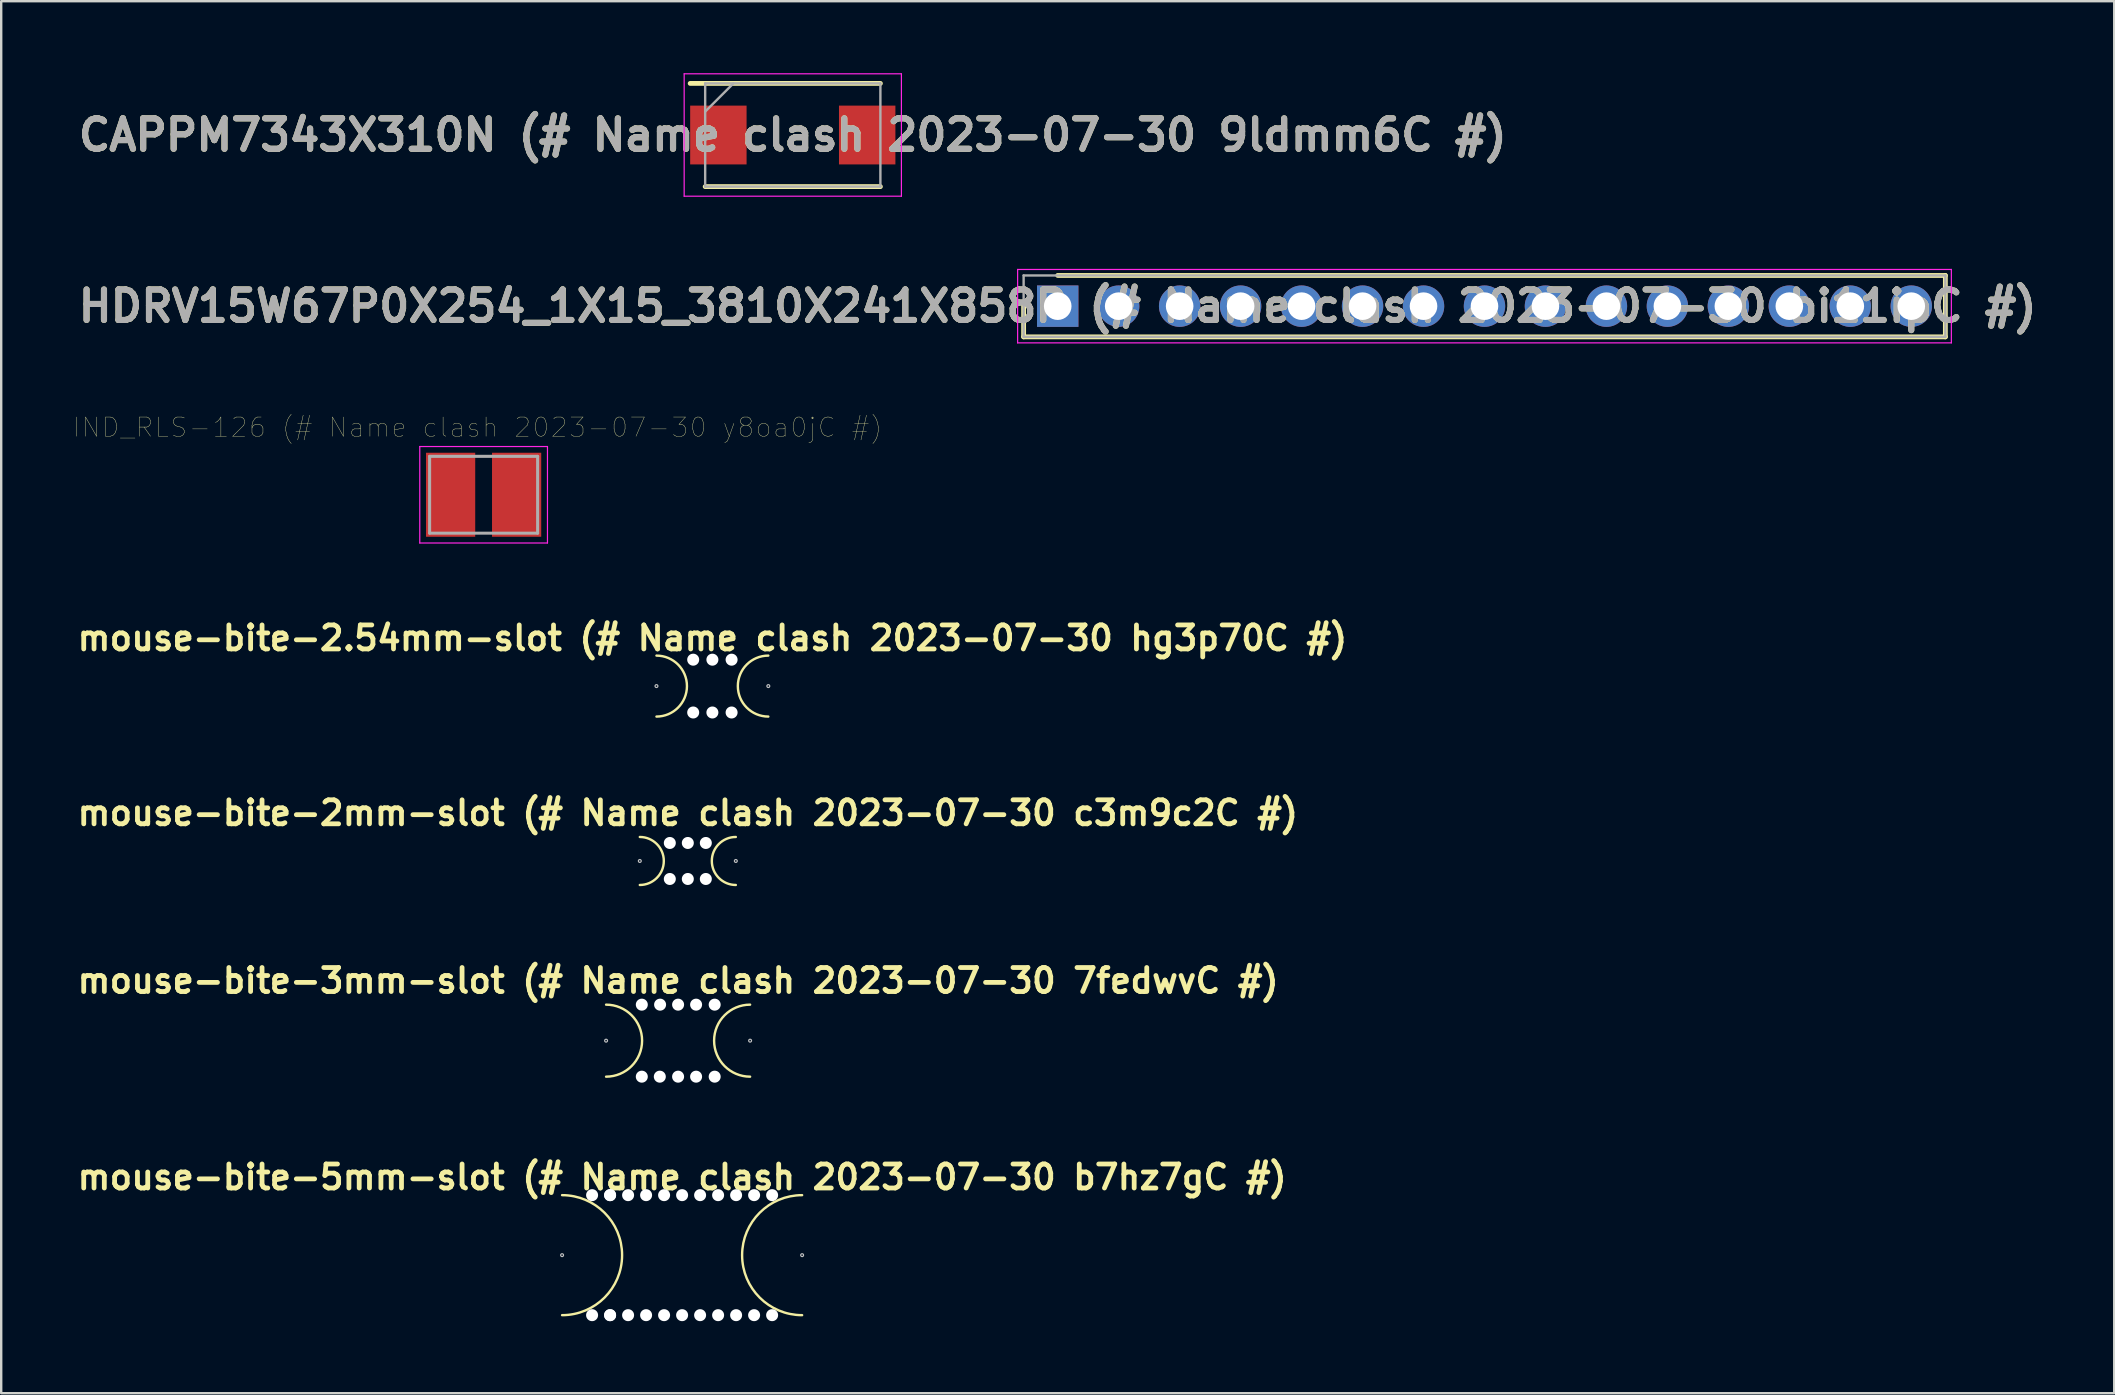
<source format=kicad_pcb>
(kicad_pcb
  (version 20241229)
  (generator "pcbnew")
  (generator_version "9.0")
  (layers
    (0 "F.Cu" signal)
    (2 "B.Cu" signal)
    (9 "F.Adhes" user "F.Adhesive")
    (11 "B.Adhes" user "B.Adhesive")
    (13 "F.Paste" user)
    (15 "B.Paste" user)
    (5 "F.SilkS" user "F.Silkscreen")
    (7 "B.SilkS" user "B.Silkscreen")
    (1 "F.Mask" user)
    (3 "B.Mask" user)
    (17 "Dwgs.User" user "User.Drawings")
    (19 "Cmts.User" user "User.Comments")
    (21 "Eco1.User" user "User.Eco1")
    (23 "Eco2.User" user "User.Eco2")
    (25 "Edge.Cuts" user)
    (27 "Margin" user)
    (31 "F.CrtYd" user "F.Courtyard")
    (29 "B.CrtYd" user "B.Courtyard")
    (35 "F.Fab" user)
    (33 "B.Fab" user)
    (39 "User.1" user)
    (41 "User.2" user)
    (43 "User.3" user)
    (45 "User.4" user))
  (footprint "IND_RLS-126 (# Name clash 2023-07-30 y8oa0jC #)"
    (layer "F.Cu")
    (at 17.098 17.562)
    (property "Reference" "IND_RLS-126 (# Name clash 2023-07-30 y8oa0jC #)" (at -0.26 -2.808 0) (layer "F.SilkS") (effects (font (size 0.8 0.8) (thickness 0.015))))
    (attr through_hole)
    (fp_line (start -2.66 -2.01) (end 2.66 -2.01) (stroke (width 0.05) (type solid)) (layer "F.CrtYd"))
    (fp_line (start -2.66 2.01) (end -2.66 -2.01) (stroke (width 0.05) (type solid)) (layer "F.CrtYd"))
    (fp_line (start 2.66 -2.01) (end 2.66 2.01) (stroke (width 0.05) (type solid)) (layer "F.CrtYd"))
    (fp_line (start 2.66 2.01) (end -2.66 2.01) (stroke (width 0.05) (type solid)) (layer "F.CrtYd"))
    (fp_line (start -2.25 -1.6) (end 2.25 -1.6) (stroke (width 0.127) (type solid)) (layer "F.Fab"))
    (fp_line (start -2.25 1.6) (end -2.25 -1.6) (stroke (width 0.127) (type solid)) (layer "F.Fab"))
    (fp_line (start 2.25 -1.6) (end 2.25 1.6) (stroke (width 0.127) (type solid)) (layer "F.Fab"))
    (fp_line (start 2.25 1.6) (end -2.25 1.6) (stroke (width 0.127) (type solid)) (layer "F.Fab"))
    (pad "1" smd rect (at -1.375 0) (size 2.05 3.5) (layers "F.Cu" "F.Mask" "F.Paste"))
    (pad "2" smd rect (at 1.375 0) (size 2.05 3.5) (layers "F.Cu" "F.Mask" "F.Paste")))
  (footprint "CAPPM7343X310N (# Name clash 2023-07-30 9ldmm6C #)"
    (layer "F.Cu")
    (at 29.978 2.575)
    (property "Reference" "CAPPM7343X310N (# Name clash 2023-07-30 9ldmm6C #)" (at 0 0 0) (layer "F.SilkS") (effects (font (size 1.27 1.27) (thickness 0.254))))
    (attr smd)
    (fp_line (start -3.65 2.15) (end 3.65 2.15) (stroke (width 0.2) (type solid)) (layer "F.SilkS"))
    (fp_line (start 3.65 -2.15) (end -4.275 -2.15) (stroke (width 0.2) (type solid)) (layer "F.SilkS"))
    (fp_line (start -4.525 -2.55) (end 4.525 -2.55) (stroke (width 0.05) (type solid)) (layer "F.CrtYd"))
    (fp_line (start -4.525 2.55) (end -4.525 -2.55) (stroke (width 0.05) (type solid)) (layer "F.CrtYd"))
    (fp_line (start 4.525 -2.55) (end 4.525 2.55) (stroke (width 0.05) (type solid)) (layer "F.CrtYd"))
    (fp_line (start 4.525 2.55) (end -4.525 2.55) (stroke (width 0.05) (type solid)) (layer "F.CrtYd"))
    (fp_line (start -3.65 -2.15) (end 3.65 -2.15) (stroke (width 0.1) (type solid)) (layer "F.Fab"))
    (fp_line (start -3.65 -0.975) (end -2.475 -2.15) (stroke (width 0.1) (type solid)) (layer "F.Fab"))
    (fp_line (start -3.65 2.15) (end -3.65 -2.15) (stroke (width 0.1) (type solid)) (layer "F.Fab"))
    (fp_line (start 3.65 -2.15) (end 3.65 2.15) (stroke (width 0.1) (type solid)) (layer "F.Fab"))
    (fp_line (start 3.65 2.15) (end -3.65 2.15) (stroke (width 0.1) (type solid)) (layer "F.Fab"))
    (fp_text user "${REFERENCE}" (at 0 0 0) (layer "F.Fab") (effects (font (size 1.27 1.27) (thickness 0.254))))
    (pad "1" smd rect (at -3.1 0) (size 2.35 2.45) (layers "F.Cu" "F.Mask" "F.Paste"))
    (pad "2" smd rect (at 3.1 0) (size 2.35 2.45) (layers "F.Cu" "F.Mask" "F.Paste")))
  (footprint "HDRV15W67P0X254_1X15_3810X241X858P (# Name clash 2023-07-30 bi11ipC #)"
    (layer "F.Cu")
    (at 41.015 9.705)
    (property "Reference" "HDRV15W67P0X254_1X15_3810X241X858P (# Name clash 2023-07-30 bi11ipC #)" (at 0 0 0) (layer "F.SilkS") (effects (font (size 1.27 1.27) (thickness 0.254))))
    (attr through_hole)
    (fp_line (start -1.42 0) (end -1.42 1.28) (stroke (width 0.2) (type solid)) (layer "F.SilkS"))
    (fp_line (start -1.42 1.28) (end 36.98 1.28) (stroke (width 0.2) (type solid)) (layer "F.SilkS"))
    (fp_line (start 36.98 -1.28) (end 0 -1.28) (stroke (width 0.2) (type solid)) (layer "F.SilkS"))
    (fp_line (start 36.98 1.28) (end 36.98 -1.28) (stroke (width 0.2) (type solid)) (layer "F.SilkS"))
    (fp_line (start -1.67 -1.53) (end 37.23 -1.53) (stroke (width 0.05) (type solid)) (layer "F.CrtYd"))
    (fp_line (start -1.67 1.53) (end -1.67 -1.53) (stroke (width 0.05) (type solid)) (layer "F.CrtYd"))
    (fp_line (start 37.23 -1.53) (end 37.23 1.53) (stroke (width 0.05) (type solid)) (layer "F.CrtYd"))
    (fp_line (start 37.23 1.53) (end -1.67 1.53) (stroke (width 0.05) (type solid)) (layer "F.CrtYd"))
    (fp_line (start -1.42 -1.28) (end 36.98 -1.28) (stroke (width 0.1) (type solid)) (layer "F.Fab"))
    (fp_line (start -1.42 1.28) (end -1.42 -1.28) (stroke (width 0.1) (type solid)) (layer "F.Fab"))
    (fp_line (start 36.98 -1.28) (end 36.98 1.28) (stroke (width 0.1) (type solid)) (layer "F.Fab"))
    (fp_line (start 36.98 1.28) (end -1.42 1.28) (stroke (width 0.1) (type solid)) (layer "F.Fab"))
    (fp_text user "${REFERENCE}" (at 0 0 0) (layer "F.Fab") (effects (font (size 1.27 1.27) (thickness 0.254))))
    (pad "1" thru_hole rect (at 0 0) (size 1.725 1.725) (drill 1.15) (layers "*.Cu" "*.Mask"))
    (pad "2" thru_hole circle (at 2.54 0) (size 1.725 1.725) (drill 1.15) (layers "*.Cu" "*.Mask"))
    (pad "3" thru_hole circle (at 5.08 0) (size 1.725 1.725) (drill 1.15) (layers "*.Cu" "*.Mask"))
    (pad "4" thru_hole circle (at 7.62 0) (size 1.725 1.725) (drill 1.15) (layers "*.Cu" "*.Mask"))
    (pad "5" thru_hole circle (at 10.16 0) (size 1.725 1.725) (drill 1.15) (layers "*.Cu" "*.Mask"))
    (pad "6" thru_hole circle (at 12.7 0) (size 1.725 1.725) (drill 1.15) (layers "*.Cu" "*.Mask"))
    (pad "7" thru_hole circle (at 15.24 0) (size 1.725 1.725) (drill 1.15) (layers "*.Cu" "*.Mask"))
    (pad "8" thru_hole circle (at 17.78 0) (size 1.725 1.725) (drill 1.15) (layers "*.Cu" "*.Mask"))
    (pad "9" thru_hole circle (at 20.32 0) (size 1.725 1.725) (drill 1.15) (layers "*.Cu" "*.Mask"))
    (pad "10" thru_hole circle (at 22.86 0) (size 1.725 1.725) (drill 1.15) (layers "*.Cu" "*.Mask"))
    (pad "11" thru_hole circle (at 25.4 0) (size 1.725 1.725) (drill 1.15) (layers "*.Cu" "*.Mask"))
    (pad "12" thru_hole circle (at 27.94 0) (size 1.725 1.725) (drill 1.15) (layers "*.Cu" "*.Mask"))
    (pad "13" thru_hole circle (at 30.48 0) (size 1.725 1.725) (drill 1.15) (layers "*.Cu" "*.Mask"))
    (pad "14" thru_hole circle (at 33.02 0) (size 1.725 1.725) (drill 1.15) (layers "*.Cu" "*.Mask"))
    (pad "15" thru_hole circle (at 35.56 0) (size 1.725 1.725) (drill 1.15) (layers "*.Cu" "*.Mask")))
  (footprint "mouse-bite-3mm-slot (# Name clash 2023-07-30 7fedwvC #)"
    (layer "F.Cu")
    (at 25.2 40.305)
    (property "Reference" "mouse-bite-3mm-slot (# Name clash 2023-07-30 7fedwvC #)" (at 0 -2.5 0) (layer "F.SilkS") (effects (font (size 1 1) (thickness 0.2))))
    (attr through_hole)
    (fp_arc (start -3 -1.5) (mid -1.5 0) (end -3 1.5) (stroke (width 0.1) (type solid)) (layer "F.SilkS"))
    (fp_arc (start 3 1.5) (mid 1.5 0) (end 3 -1.5) (stroke (width 0.1) (type solid)) (layer "F.SilkS"))
    (fp_circle (center -3 0) (end -3 -0.06) (stroke (width 0.05) (type solid)) (fill no) (layer "Dwgs.User"))
    (fp_circle (center 3 0) (end 3.06 0) (stroke (width 0.05) (type solid)) (fill no) (layer "Dwgs.User"))
    (fp_line (start -3 0) (end -3 0) (stroke (width 3) (type solid)) (layer "Eco1.User"))
    (fp_line (start 3 0) (end 3 0) (stroke (width 3) (type solid)) (layer "Eco1.User"))
    (pad "" np_thru_hole circle (at -1.512 -1.5) (size 0.5 0.5) (drill 0.5) (layers "*.Cu" "*.Mask"))
    (pad "" np_thru_hole circle (at -1.512 1.5) (size 0.5 0.5) (drill 0.5) (layers "*.Cu" "*.Mask"))
    (pad "" np_thru_hole circle (at -0.762 1.5) (size 0.5 0.5) (drill 0.5) (layers "*.Cu" "*.Mask"))
    (pad "" np_thru_hole circle (at -0.75 -1.5) (size 0.5 0.5) (drill 0.5) (layers "*.Cu" "*.Mask"))
    (pad "" np_thru_hole circle (at 0 -1.5) (size 0.5 0.5) (drill 0.5) (layers "*.Cu" "*.Mask"))
    (pad "" np_thru_hole circle (at 0 1.5) (size 0.5 0.5) (drill 0.5) (layers "*.Cu" "*.Mask"))
    (pad "" np_thru_hole circle (at 0.75 -1.5) (size 0.5 0.5) (drill 0.5) (layers "*.Cu" "*.Mask"))
    (pad "" np_thru_hole circle (at 0.75 1.5) (size 0.5 0.5) (drill 0.5) (layers "*.Cu" "*.Mask"))
    (pad "" np_thru_hole circle (at 1.524 -1.5) (size 0.5 0.5) (drill 0.5) (layers "*.Cu" "*.Mask"))
    (pad "" np_thru_hole circle (at 1.524 1.5) (size 0.5 0.5) (drill 0.5) (layers "*.Cu" "*.Mask")))
  (footprint "mouse-bite-2.54mm-slot (# Name clash 2023-07-30 hg3p70C #)"
    (layer "F.Cu")
    (at 26.629 25.533)
    (property "Reference" "mouse-bite-2.54mm-slot (# Name clash 2023-07-30 hg3p70C #)" (at 0 -2 0) (layer "F.SilkS") (effects (font (size 1 1) (thickness 0.2))))
    (attr through_hole)
    (fp_arc (start -2.33 -1.27) (mid -1.06 0) (end -2.33 1.27) (stroke (width 0.1) (type solid)) (layer "F.SilkS"))
    (fp_arc (start 2.33 1.27) (mid 1.06 0) (end 2.33 -1.27) (stroke (width 0.1) (type solid)) (layer "F.SilkS"))
    (fp_circle (center -2.33 0) (end -2.27 0) (stroke (width 0.05) (type solid)) (fill no) (layer "Dwgs.User"))
    (fp_circle (center 2.33 0) (end 2.33 -0.06) (stroke (width 0.05) (type solid)) (fill no) (layer "Dwgs.User"))
    (fp_line (start -2.33 0) (end -2.33 0) (stroke (width 2.54) (type solid)) (layer "Eco1.User"))
    (fp_line (start 2.33 0) (end 2.33 0) (stroke (width 2.54) (type solid)) (layer "Eco1.User"))
    (pad "" np_thru_hole circle (at -0.8 -1.1) (size 0.5 0.5) (drill 0.5) (layers "*.Cu" "*.Mask"))
    (pad "" np_thru_hole circle (at -0.8 1.1) (size 0.5 0.5) (drill 0.5) (layers "*.Cu" "*.Mask"))
    (pad "" np_thru_hole circle (at 0 -1.1) (size 0.5 0.5) (drill 0.5) (layers "*.Cu" "*.Mask"))
    (pad "" np_thru_hole circle (at 0 1.1) (size 0.5 0.5) (drill 0.5) (layers "*.Cu" "*.Mask"))
    (pad "" np_thru_hole circle (at 0.8 -1.1) (size 0.5 0.5) (drill 0.5) (layers "*.Cu" "*.Mask"))
    (pad "" np_thru_hole circle (at 0.8 1.1) (size 0.5 0.5) (drill 0.5) (layers "*.Cu" "*.Mask")))
  (footprint "mouse-bite-5mm-slot (# Name clash 2023-07-30 b7hz7gC #)"
    (layer "F.Cu")
    (at 25.367 49.241)
    (property "Reference" "mouse-bite-5mm-slot (# Name clash 2023-07-30 b7hz7gC #)" (at 0 -3.25 0) (layer "F.SilkS") (effects (font (size 1 1) (thickness 0.2))))
    (attr through_hole)
    (fp_arc (start -5 -2.5) (mid -2.5 0) (end -5 2.5) (stroke (width 0.1) (type solid)) (layer "F.SilkS"))
    (fp_arc (start 5 2.5) (mid 2.5 0) (end 5 -2.5) (stroke (width 0.1) (type solid)) (layer "F.SilkS"))
    (fp_circle (center -5 0) (end -4.94 0) (stroke (width 0.05) (type solid)) (fill no) (layer "Dwgs.User"))
    (fp_circle (center 5 0) (end 5.06 0) (stroke (width 0.05) (type solid)) (fill no) (layer "Dwgs.User"))
    (fp_line (start -5 0) (end -5 0) (stroke (width 5) (type solid)) (layer "Eco1.User"))
    (fp_line (start 5 0) (end 5 0) (stroke (width 5) (type solid)) (layer "Eco1.User"))
    (pad "" np_thru_hole circle (at -3.75 -2.5) (size 0.5 0.5) (drill 0.5) (layers "*.Cu" "*.Mask"))
    (pad "" np_thru_hole circle (at -3.75 2.5) (size 0.5 0.5) (drill 0.5) (layers "*.Cu" "*.Mask"))
    (pad "" np_thru_hole circle (at -3 -2.5) (size 0.5 0.5) (drill 0.5) (layers "*.Cu" "*.Mask"))
    (pad "" np_thru_hole circle (at -3 -2.5) (size 0.5 0.5) (drill 0.5) (layers "*.Cu" "*.Mask"))
    (pad "" np_thru_hole circle (at -3 2.5) (size 0.5 0.5) (drill 0.5) (layers "*.Cu" "*.Mask"))
    (pad "" np_thru_hole circle (at -3 2.5) (size 0.5 0.5) (drill 0.5) (layers "*.Cu" "*.Mask"))
    (pad "" np_thru_hole circle (at -2.25 -2.5) (size 0.5 0.5) (drill 0.5) (layers "*.Cu" "*.Mask"))
    (pad "" np_thru_hole circle (at -2.25 2.5) (size 0.5 0.5) (drill 0.5) (layers "*.Cu" "*.Mask"))
    (pad "" np_thru_hole circle (at -1.5 -2.5) (size 0.5 0.5) (drill 0.5) (layers "*.Cu" "*.Mask"))
    (pad "" np_thru_hole circle (at -1.5 2.5) (size 0.5 0.5) (drill 0.5) (layers "*.Cu" "*.Mask"))
    (pad "" np_thru_hole circle (at -0.75 -2.5) (size 0.5 0.5) (drill 0.5) (layers "*.Cu" "*.Mask"))
    (pad "" np_thru_hole circle (at -0.75 2.5) (size 0.5 0.5) (drill 0.5) (layers "*.Cu" "*.Mask"))
    (pad "" np_thru_hole circle (at 0 -2.5) (size 0.5 0.5) (drill 0.5) (layers "*.Cu" "*.Mask"))
    (pad "" np_thru_hole circle (at 0 2.5) (size 0.5 0.5) (drill 0.5) (layers "*.Cu" "*.Mask"))
    (pad "" np_thru_hole circle (at 0.75 -2.5) (size 0.5 0.5) (drill 0.5) (layers "*.Cu" "*.Mask"))
    (pad "" np_thru_hole circle (at 0.75 2.5) (size 0.5 0.5) (drill 0.5) (layers "*.Cu" "*.Mask"))
    (pad "" np_thru_hole circle (at 1.5 -2.5) (size 0.5 0.5) (drill 0.5) (layers "*.Cu" "*.Mask"))
    (pad "" np_thru_hole circle (at 1.5 2.5) (size 0.5 0.5) (drill 0.5) (layers "*.Cu" "*.Mask"))
    (pad "" np_thru_hole circle (at 2.25 -2.5) (size 0.5 0.5) (drill 0.5) (layers "*.Cu" "*.Mask"))
    (pad "" np_thru_hole circle (at 2.25 2.5) (size 0.5 0.5) (drill 0.5) (layers "*.Cu" "*.Mask"))
    (pad "" np_thru_hole circle (at 3 -2.5) (size 0.5 0.5) (drill 0.5) (layers "*.Cu" "*.Mask"))
    (pad "" np_thru_hole circle (at 3 2.5) (size 0.5 0.5) (drill 0.5) (layers "*.Cu" "*.Mask"))
    (pad "" np_thru_hole circle (at 3.75 -2.5) (size 0.5 0.5) (drill 0.5) (layers "*.Cu" "*.Mask"))
    (pad "" np_thru_hole circle (at 3.75 2.5) (size 0.5 0.5) (drill 0.5) (layers "*.Cu" "*.Mask")))
  (footprint "mouse-bite-2mm-slot (# Name clash 2023-07-30 c3m9c2C #)"
    (layer "F.Cu")
    (at 25.605 32.819)
    (property "Reference" "mouse-bite-2mm-slot (# Name clash 2023-07-30 c3m9c2C #)" (at 0 -2 0) (layer "F.SilkS") (effects (font (size 1 1) (thickness 0.2))))
    (attr through_hole)
    (fp_arc (start -2 -1) (mid -1 0) (end -2 1) (stroke (width 0.1) (type solid)) (layer "F.SilkS"))
    (fp_arc (start 2 1) (mid 1 0) (end 2 -1) (stroke (width 0.1) (type solid)) (layer "F.SilkS"))
    (fp_circle (center -2 0) (end -2 -0.06) (stroke (width 0.05) (type solid)) (fill no) (layer "Dwgs.User"))
    (fp_circle (center 2 0) (end 2.06 0) (stroke (width 0.05) (type solid)) (fill no) (layer "Dwgs.User"))
    (fp_line (start -2 0) (end -2 0) (stroke (width 2) (type solid)) (layer "Eco1.User"))
    (fp_line (start 2 0) (end 2 0) (stroke (width 2) (type solid)) (layer "Eco1.User"))
    (pad "" np_thru_hole circle (at -0.75 -0.75) (size 0.5 0.5) (drill 0.5) (layers "*.Cu" "*.Mask"))
    (pad "" np_thru_hole circle (at -0.75 0.75) (size 0.5 0.5) (drill 0.5) (layers "*.Cu" "*.Mask"))
    (pad "" np_thru_hole circle (at 0 -0.75) (size 0.5 0.5) (drill 0.5) (layers "*.Cu" "*.Mask"))
    (pad "" np_thru_hole circle (at 0 0.75) (size 0.5 0.5) (drill 0.5) (layers "*.Cu" "*.Mask"))
    (pad "" np_thru_hole circle (at 0.75 -0.75) (size 0.5 0.5) (drill 0.5) (layers "*.Cu" "*.Mask"))
    (pad "" np_thru_hole circle (at 0.75 0.75) (size 0.5 0.5) (drill 0.5) (layers "*.Cu" "*.Mask")))
  (gr_rect
    (start -3 -3)
    (end 85.03 54.991)
    (stroke (width 0.1) (type default))
    (fill no)
    (layer "Edge.Cuts")))
</source>
